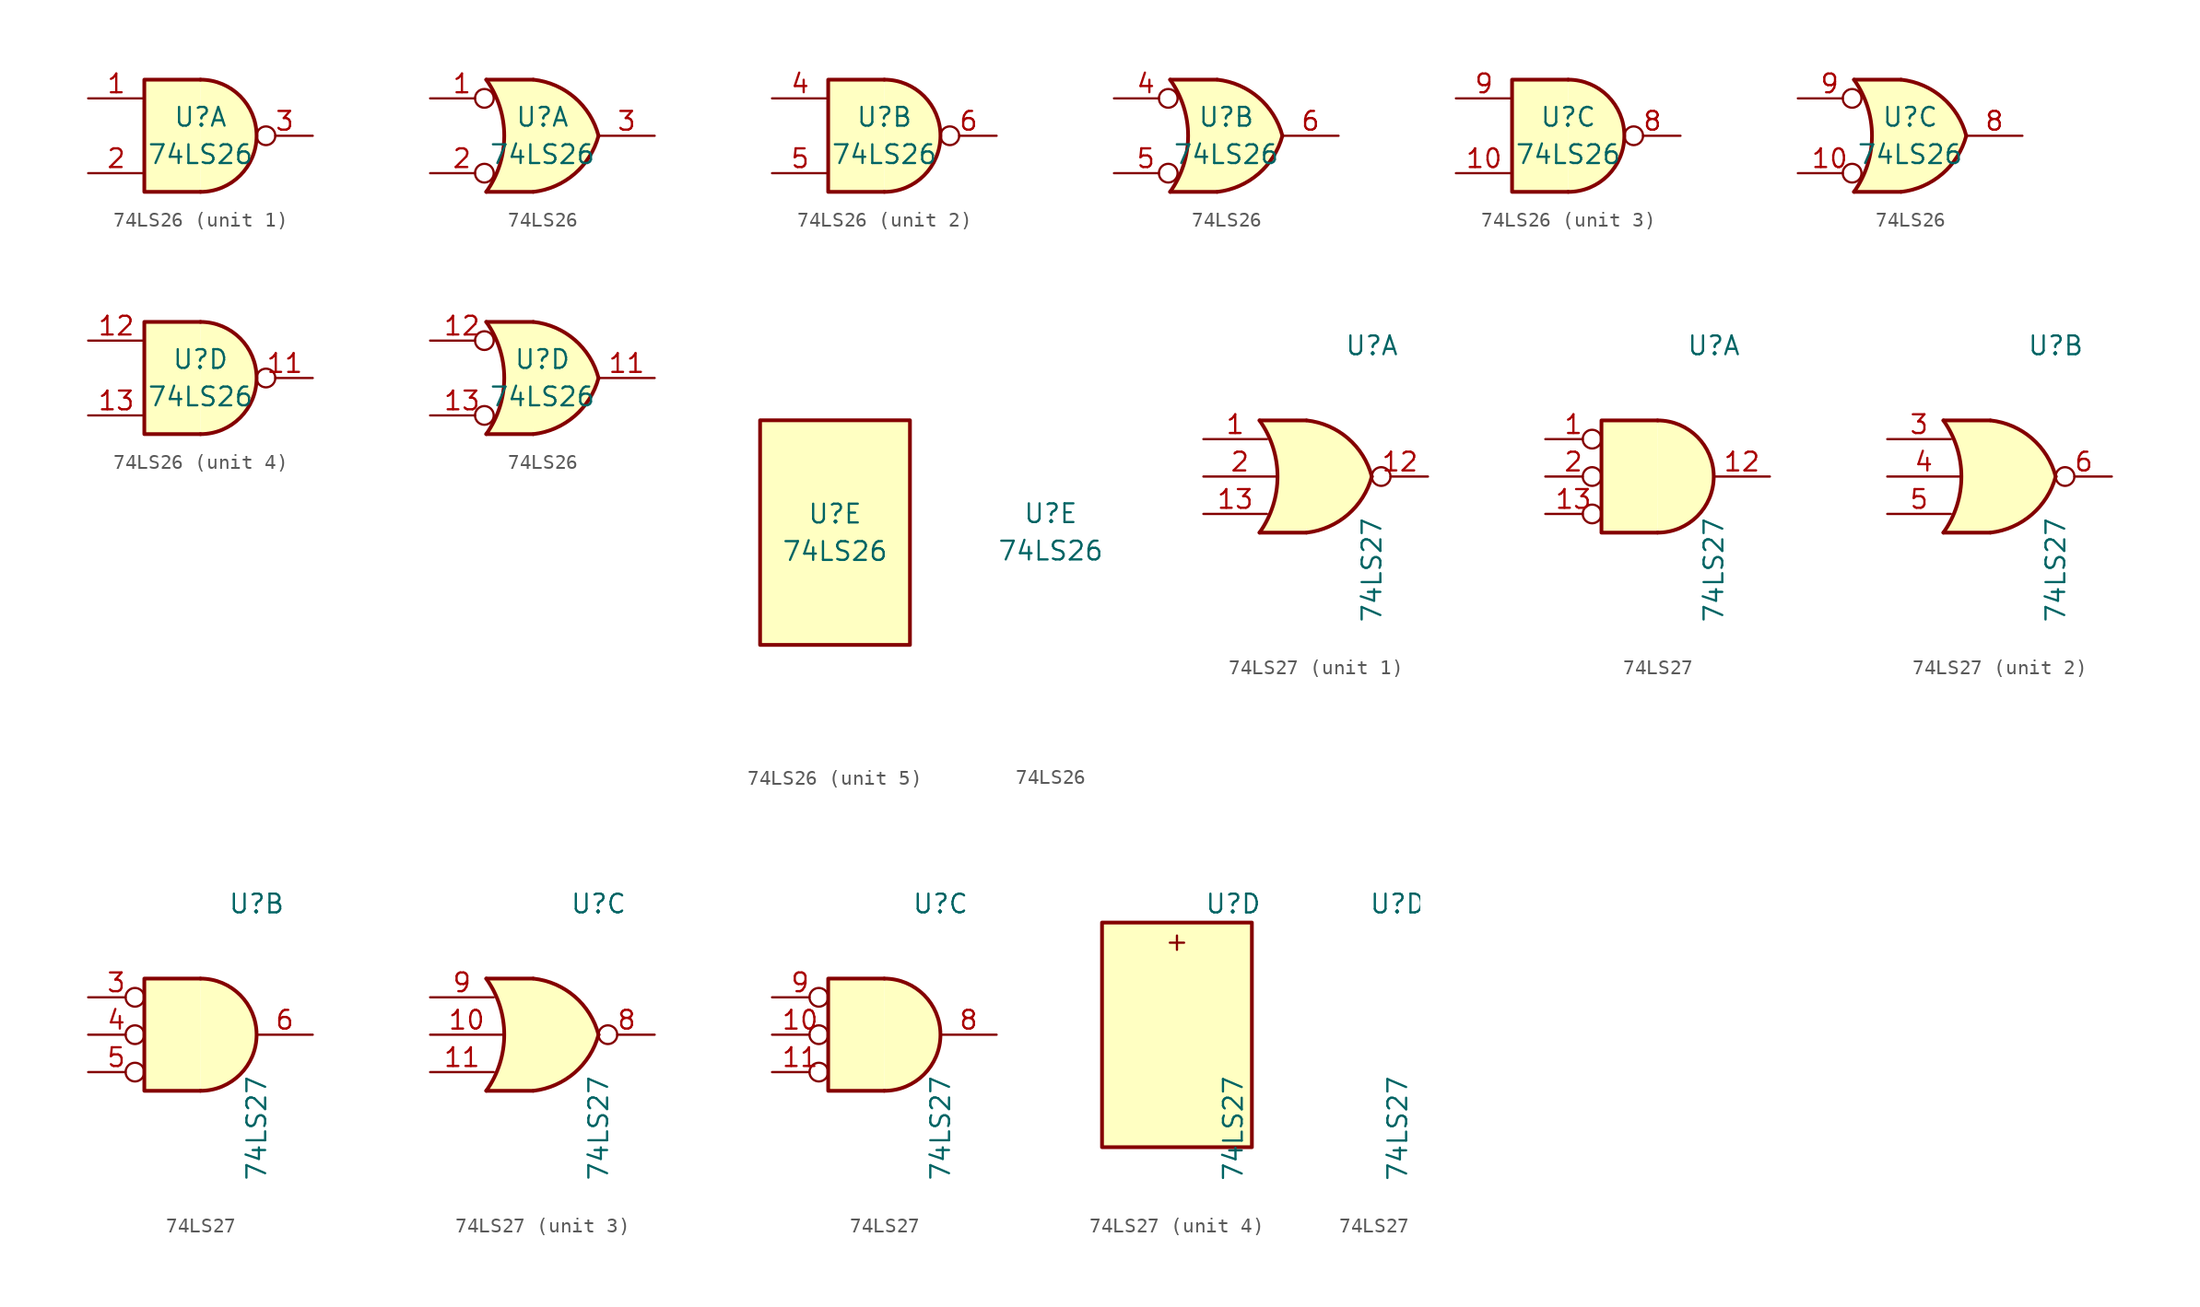
<source format=kicad_sym>
(kicad_symbol_lib
  (version 20231120)
  (generator "kicad_symbol_editor")
  (generator_version "8.0")
  (symbol "74LS26"
    (pin_names
      (offset 1.016))
    (property "Reference" "U"
      (at 0 1.27 0)
      (effects (font (size 1.27 1.27))))
    (property "Value" "74LS26"
      (at 0 -1.27 0)
      (effects (font (size 1.27 1.27))))
    (property "ki_locked" ""
      (at 0 0 0)
      (effects (font (size 1.27 1.27))))
    (symbol "74LS26_1_1"
      (arc (start 0 -3.81) (mid 3.7934 0) (end 0 3.81) (stroke (width 0.254) (type default)) (fill (type background)))
      (polyline (pts (xy 0 3.81) (xy -3.81 3.81) (xy -3.81 -3.81) (xy 0 -3.81)) (stroke (width 0.254) (type default)) (fill (type background)))
      (pin input line (at -7.62 2.54 0) (length 3.81) (name "~" (effects (font (size 1.27 1.27)))) (number "1" (effects (font (size 1.27 1.27)))))
      (pin input line (at -7.62 -2.54 0) (length 3.81) (name "~" (effects (font (size 1.27 1.27)))) (number "2" (effects (font (size 1.27 1.27)))))
      (pin open_collector inverted (at 7.62 0 180) (length 3.81) (name "~" (effects (font (size 1.27 1.27)))) (number "3" (effects (font (size 1.27 1.27))))))
    (symbol "74LS26_1_2"
      (arc (start -3.81 -3.81) (mid -2.589 0) (end -3.81 3.81) (stroke (width 0.254) (type default)) (fill (type none)))
      (arc (start -0.6096 -3.81) (mid 2.1842 -2.5851) (end 3.81 0) (stroke (width 0.254) (type default)) (fill (type background)))
      (polyline (pts (xy -3.81 -3.81) (xy -0.635 -3.81)) (stroke (width 0.254) (type default)) (fill (type background)))
      (polyline (pts (xy -3.81 3.81) (xy -0.635 3.81)) (stroke (width 0.254) (type default)) (fill (type background)))
      (polyline (pts (xy -0.635 3.81) (xy -3.81 3.81) (xy -3.81 3.81) (xy -3.556 3.404) (xy -3.023 2.261) (xy -2.692 1.041) (xy -2.616 -0.254) (xy -2.769 -1.499) (xy -3.175 -2.718) (xy -3.81 -3.81) (xy -3.81 -3.81) (xy -0.635 -3.81)) (stroke (width -25.4) (type default)) (fill (type background)))
      (arc (start 3.81 0) (mid 2.1915 2.5936) (end -0.6096 3.81) (stroke (width 0.254) (type default)) (fill (type background)))
      (pin input inverted (at -7.62 2.54 0) (length 4.318) (name "~" (effects (font (size 1.27 1.27)))) (number "1" (effects (font (size 1.27 1.27)))))
      (pin input inverted (at -7.62 -2.54 0) (length 4.318) (name "~" (effects (font (size 1.27 1.27)))) (number "2" (effects (font (size 1.27 1.27)))))
      (pin open_collector line (at 7.62 0 180) (length 3.81) (name "~" (effects (font (size 1.27 1.27)))) (number "3" (effects (font (size 1.27 1.27))))))
    (symbol "74LS26_2_1"
      (arc (start 0 -3.81) (mid 3.7934 0) (end 0 3.81) (stroke (width 0.254) (type default)) (fill (type background)))
      (polyline (pts (xy 0 3.81) (xy -3.81 3.81) (xy -3.81 -3.81) (xy 0 -3.81)) (stroke (width 0.254) (type default)) (fill (type background)))
      (pin input line (at -7.62 2.54 0) (length 3.81) (name "~" (effects (font (size 1.27 1.27)))) (number "4" (effects (font (size 1.27 1.27)))))
      (pin input line (at -7.62 -2.54 0) (length 3.81) (name "~" (effects (font (size 1.27 1.27)))) (number "5" (effects (font (size 1.27 1.27)))))
      (pin open_collector inverted (at 7.62 0 180) (length 3.81) (name "~" (effects (font (size 1.27 1.27)))) (number "6" (effects (font (size 1.27 1.27))))))
    (symbol "74LS26_2_2"
      (arc (start -3.81 -3.81) (mid -2.589 0) (end -3.81 3.81) (stroke (width 0.254) (type default)) (fill (type none)))
      (arc (start -0.6096 -3.81) (mid 2.1842 -2.5851) (end 3.81 0) (stroke (width 0.254) (type default)) (fill (type background)))
      (polyline (pts (xy -3.81 -3.81) (xy -0.635 -3.81)) (stroke (width 0.254) (type default)) (fill (type background)))
      (polyline (pts (xy -3.81 3.81) (xy -0.635 3.81)) (stroke (width 0.254) (type default)) (fill (type background)))
      (polyline (pts (xy -0.635 3.81) (xy -3.81 3.81) (xy -3.81 3.81) (xy -3.556 3.404) (xy -3.023 2.261) (xy -2.692 1.041) (xy -2.616 -0.254) (xy -2.769 -1.499) (xy -3.175 -2.718) (xy -3.81 -3.81) (xy -3.81 -3.81) (xy -0.635 -3.81)) (stroke (width -25.4) (type default)) (fill (type background)))
      (arc (start 3.81 0) (mid 2.1915 2.5936) (end -0.6096 3.81) (stroke (width 0.254) (type default)) (fill (type background)))
      (pin input inverted (at -7.62 2.54 0) (length 4.318) (name "~" (effects (font (size 1.27 1.27)))) (number "4" (effects (font (size 1.27 1.27)))))
      (pin input inverted (at -7.62 -2.54 0) (length 4.318) (name "~" (effects (font (size 1.27 1.27)))) (number "5" (effects (font (size 1.27 1.27)))))
      (pin open_collector line (at 7.62 0 180) (length 3.81) (name "~" (effects (font (size 1.27 1.27)))) (number "6" (effects (font (size 1.27 1.27))))))
    (symbol "74LS26_3_1"
      (arc (start 0 -3.81) (mid 3.7934 0) (end 0 3.81) (stroke (width 0.254) (type default)) (fill (type background)))
      (polyline (pts (xy 0 3.81) (xy -3.81 3.81) (xy -3.81 -3.81) (xy 0 -3.81)) (stroke (width 0.254) (type default)) (fill (type background)))
      (pin input line (at -7.62 -2.54 0) (length 3.81) (name "~" (effects (font (size 1.27 1.27)))) (number "10" (effects (font (size 1.27 1.27)))))
      (pin open_collector inverted (at 7.62 0 180) (length 3.81) (name "~" (effects (font (size 1.27 1.27)))) (number "8" (effects (font (size 1.27 1.27)))))
      (pin input line (at -7.62 2.54 0) (length 3.81) (name "~" (effects (font (size 1.27 1.27)))) (number "9" (effects (font (size 1.27 1.27))))))
    (symbol "74LS26_3_2"
      (arc (start -3.81 -3.81) (mid -2.589 0) (end -3.81 3.81) (stroke (width 0.254) (type default)) (fill (type none)))
      (arc (start -0.6096 -3.81) (mid 2.1842 -2.5851) (end 3.81 0) (stroke (width 0.254) (type default)) (fill (type background)))
      (polyline (pts (xy -3.81 -3.81) (xy -0.635 -3.81)) (stroke (width 0.254) (type default)) (fill (type background)))
      (polyline (pts (xy -3.81 3.81) (xy -0.635 3.81)) (stroke (width 0.254) (type default)) (fill (type background)))
      (polyline (pts (xy -0.635 3.81) (xy -3.81 3.81) (xy -3.81 3.81) (xy -3.556 3.404) (xy -3.023 2.261) (xy -2.692 1.041) (xy -2.616 -0.254) (xy -2.769 -1.499) (xy -3.175 -2.718) (xy -3.81 -3.81) (xy -3.81 -3.81) (xy -0.635 -3.81)) (stroke (width -25.4) (type default)) (fill (type background)))
      (arc (start 3.81 0) (mid 2.1915 2.5936) (end -0.6096 3.81) (stroke (width 0.254) (type default)) (fill (type background)))
      (pin input inverted (at -7.62 -2.54 0) (length 4.318) (name "~" (effects (font (size 1.27 1.27)))) (number "10" (effects (font (size 1.27 1.27)))))
      (pin open_collector line (at 7.62 0 180) (length 3.81) (name "~" (effects (font (size 1.27 1.27)))) (number "8" (effects (font (size 1.27 1.27)))))
      (pin input inverted (at -7.62 2.54 0) (length 4.318) (name "~" (effects (font (size 1.27 1.27)))) (number "9" (effects (font (size 1.27 1.27))))))
    (symbol "74LS26_4_1"
      (arc (start 0 -3.81) (mid 3.7934 0) (end 0 3.81) (stroke (width 0.254) (type default)) (fill (type background)))
      (polyline (pts (xy 0 3.81) (xy -3.81 3.81) (xy -3.81 -3.81) (xy 0 -3.81)) (stroke (width 0.254) (type default)) (fill (type background)))
      (pin open_collector inverted (at 7.62 0 180) (length 3.81) (name "~" (effects (font (size 1.27 1.27)))) (number "11" (effects (font (size 1.27 1.27)))))
      (pin input line (at -7.62 2.54 0) (length 3.81) (name "~" (effects (font (size 1.27 1.27)))) (number "12" (effects (font (size 1.27 1.27)))))
      (pin input line (at -7.62 -2.54 0) (length 3.81) (name "~" (effects (font (size 1.27 1.27)))) (number "13" (effects (font (size 1.27 1.27))))))
    (symbol "74LS26_4_2"
      (arc (start -3.81 -3.81) (mid -2.589 0) (end -3.81 3.81) (stroke (width 0.254) (type default)) (fill (type none)))
      (arc (start -0.6096 -3.81) (mid 2.1842 -2.5851) (end 3.81 0) (stroke (width 0.254) (type default)) (fill (type background)))
      (polyline (pts (xy -3.81 -3.81) (xy -0.635 -3.81)) (stroke (width 0.254) (type default)) (fill (type background)))
      (polyline (pts (xy -3.81 3.81) (xy -0.635 3.81)) (stroke (width 0.254) (type default)) (fill (type background)))
      (polyline (pts (xy -0.635 3.81) (xy -3.81 3.81) (xy -3.81 3.81) (xy -3.556 3.404) (xy -3.023 2.261) (xy -2.692 1.041) (xy -2.616 -0.254) (xy -2.769 -1.499) (xy -3.175 -2.718) (xy -3.81 -3.81) (xy -3.81 -3.81) (xy -0.635 -3.81)) (stroke (width -25.4) (type default)) (fill (type background)))
      (arc (start 3.81 0) (mid 2.1915 2.5936) (end -0.6096 3.81) (stroke (width 0.254) (type default)) (fill (type background)))
      (pin open_collector line (at 7.62 0 180) (length 3.81) (name "~" (effects (font (size 1.27 1.27)))) (number "11" (effects (font (size 1.27 1.27)))))
      (pin input inverted (at -7.62 2.54 0) (length 4.318) (name "~" (effects (font (size 1.27 1.27)))) (number "12" (effects (font (size 1.27 1.27)))))
      (pin input inverted (at -7.62 -2.54 0) (length 4.318) (name "~" (effects (font (size 1.27 1.27)))) (number "13" (effects (font (size 1.27 1.27))))))
    (symbol "74LS26_5_0"
      (pin input line (at 0 12.7 270) (length 5.08) hide (name "VCC" (effects (font (size 1.27 1.27)))) (number "14" (effects (font (size 1.27 1.27)))))
      (pin input line (at 0 -12.7 90) (length 5.08) hide (name "GND" (effects (font (size 1.27 1.27)))) (number "7" (effects (font (size 1.27 1.27))))))
    (symbol "74LS26_5_1"
      (rectangle (start -5.08 7.62) (end 5.08 -7.62) (stroke (width 0.254) (type default)) (fill (type background)))))
  (symbol "74LS27"
    (pin_names
      (offset 1.016))
    (property "Reference" "U"
      (at 3.81 8.89 0)
      (effects (font (size 1.27 1.27))))
    (property "Value" "74LS27"
      (at 3.81 -6.35 90)
      (effects (font (size 1.27 1.27))))
    (property "ki_locked" ""
      (at 0 0 0)
      (effects (font (size 1.27 1.27))))
    (symbol "74LS27_1_1"
      (arc (start -3.81 -3.81) (mid -2.589 0) (end -3.81 3.81) (stroke (width 0.254) (type default)) (fill (type none)))
      (arc (start -0.6096 -3.81) (mid 2.1842 -2.5851) (end 3.81 0) (stroke (width 0.254) (type default)) (fill (type background)))
      (polyline (pts (xy -3.81 -3.81) (xy -0.635 -3.81)) (stroke (width 0.254) (type default)) (fill (type background)))
      (polyline (pts (xy -3.81 3.81) (xy -0.635 3.81)) (stroke (width 0.254) (type default)) (fill (type background)))
      (polyline (pts (xy -0.635 3.81) (xy -3.81 3.81) (xy -3.81 3.81) (xy -3.556 3.404) (xy -3.023 2.261) (xy -2.692 1.041) (xy -2.616 -0.254) (xy -2.769 -1.499) (xy -3.175 -2.718) (xy -3.81 -3.81) (xy -3.81 -3.81) (xy -0.635 -3.81)) (stroke (width -25.4) (type default)) (fill (type background)))
      (arc (start 3.81 0) (mid 2.1915 2.5936) (end -0.6096 3.81) (stroke (width 0.254) (type default)) (fill (type background)))
      (pin input line (at -7.62 2.54 0) (length 4.318) (name "~" (effects (font (size 1.27 1.27)))) (number "1" (effects (font (size 1.27 1.27)))))
      (pin output inverted (at 7.62 0 180) (length 3.81) (name "~" (effects (font (size 1.27 1.27)))) (number "12" (effects (font (size 1.27 1.27)))))
      (pin input line (at -7.62 -2.54 0) (length 4.318) (name "~" (effects (font (size 1.27 1.27)))) (number "13" (effects (font (size 1.27 1.27)))))
      (pin input line (at -7.62 0 0) (length 4.953) (name "~" (effects (font (size 1.27 1.27)))) (number "2" (effects (font (size 1.27 1.27))))))
    (symbol "74LS27_1_2"
      (arc (start 0 -3.81) (mid 3.7934 0) (end 0 3.81) (stroke (width 0.254) (type default)) (fill (type background)))
      (polyline (pts (xy 0 3.81) (xy -3.81 3.81) (xy -3.81 -3.81) (xy 0 -3.81)) (stroke (width 0.254) (type default)) (fill (type background)))
      (pin input inverted (at -7.62 2.54 0) (length 3.81) (name "~" (effects (font (size 1.27 1.27)))) (number "1" (effects (font (size 1.27 1.27)))))
      (pin output line (at 7.62 0 180) (length 3.81) (name "~" (effects (font (size 1.27 1.27)))) (number "12" (effects (font (size 1.27 1.27)))))
      (pin input inverted (at -7.62 -2.54 0) (length 3.81) (name "~" (effects (font (size 1.27 1.27)))) (number "13" (effects (font (size 1.27 1.27)))))
      (pin input inverted (at -7.62 0 0) (length 3.81) (name "~" (effects (font (size 1.27 1.27)))) (number "2" (effects (font (size 1.27 1.27))))))
    (symbol "74LS27_2_1"
      (arc (start -3.81 -3.81) (mid -2.589 0) (end -3.81 3.81) (stroke (width 0.254) (type default)) (fill (type none)))
      (arc (start -0.6096 -3.81) (mid 2.1842 -2.5851) (end 3.81 0) (stroke (width 0.254) (type default)) (fill (type background)))
      (polyline (pts (xy -3.81 -3.81) (xy -0.635 -3.81)) (stroke (width 0.254) (type default)) (fill (type background)))
      (polyline (pts (xy -3.81 3.81) (xy -0.635 3.81)) (stroke (width 0.254) (type default)) (fill (type background)))
      (polyline (pts (xy -0.635 3.81) (xy -3.81 3.81) (xy -3.81 3.81) (xy -3.556 3.404) (xy -3.023 2.261) (xy -2.692 1.041) (xy -2.616 -0.254) (xy -2.769 -1.499) (xy -3.175 -2.718) (xy -3.81 -3.81) (xy -3.81 -3.81) (xy -0.635 -3.81)) (stroke (width -25.4) (type default)) (fill (type background)))
      (arc (start 3.81 0) (mid 2.1915 2.5936) (end -0.6096 3.81) (stroke (width 0.254) (type default)) (fill (type background)))
      (pin input line (at -7.62 2.54 0) (length 4.318) (name "~" (effects (font (size 1.27 1.27)))) (number "3" (effects (font (size 1.27 1.27)))))
      (pin input line (at -7.62 0 0) (length 4.953) (name "~" (effects (font (size 1.27 1.27)))) (number "4" (effects (font (size 1.27 1.27)))))
      (pin input line (at -7.62 -2.54 0) (length 4.318) (name "~" (effects (font (size 1.27 1.27)))) (number "5" (effects (font (size 1.27 1.27)))))
      (pin output inverted (at 7.62 0 180) (length 3.81) (name "~" (effects (font (size 1.27 1.27)))) (number "6" (effects (font (size 1.27 1.27))))))
    (symbol "74LS27_2_2"
      (arc (start 0 -3.81) (mid 3.7934 0) (end 0 3.81) (stroke (width 0.254) (type default)) (fill (type background)))
      (polyline (pts (xy 0 3.81) (xy -3.81 3.81) (xy -3.81 -3.81) (xy 0 -3.81)) (stroke (width 0.254) (type default)) (fill (type background)))
      (pin input inverted (at -7.62 2.54 0) (length 3.81) (name "~" (effects (font (size 1.27 1.27)))) (number "3" (effects (font (size 1.27 1.27)))))
      (pin input inverted (at -7.62 0 0) (length 3.81) (name "~" (effects (font (size 1.27 1.27)))) (number "4" (effects (font (size 1.27 1.27)))))
      (pin input inverted (at -7.62 -2.54 0) (length 3.81) (name "~" (effects (font (size 1.27 1.27)))) (number "5" (effects (font (size 1.27 1.27)))))
      (pin output line (at 7.62 0 180) (length 3.81) (name "~" (effects (font (size 1.27 1.27)))) (number "6" (effects (font (size 1.27 1.27))))))
    (symbol "74LS27_3_1"
      (arc (start -3.81 -3.81) (mid -2.589 0) (end -3.81 3.81) (stroke (width 0.254) (type default)) (fill (type none)))
      (arc (start -0.6096 -3.81) (mid 2.1842 -2.5851) (end 3.81 0) (stroke (width 0.254) (type default)) (fill (type background)))
      (polyline (pts (xy -3.81 -3.81) (xy -0.635 -3.81)) (stroke (width 0.254) (type default)) (fill (type background)))
      (polyline (pts (xy -3.81 3.81) (xy -0.635 3.81)) (stroke (width 0.254) (type default)) (fill (type background)))
      (polyline (pts (xy -0.635 3.81) (xy -3.81 3.81) (xy -3.81 3.81) (xy -3.556 3.404) (xy -3.023 2.261) (xy -2.692 1.041) (xy -2.616 -0.254) (xy -2.769 -1.499) (xy -3.175 -2.718) (xy -3.81 -3.81) (xy -3.81 -3.81) (xy -0.635 -3.81)) (stroke (width -25.4) (type default)) (fill (type background)))
      (arc (start 3.81 0) (mid 2.1915 2.5936) (end -0.6096 3.81) (stroke (width 0.254) (type default)) (fill (type background)))
      (pin input line (at -7.62 0 0) (length 4.953) (name "~" (effects (font (size 1.27 1.27)))) (number "10" (effects (font (size 1.27 1.27)))))
      (pin input line (at -7.62 -2.54 0) (length 4.318) (name "~" (effects (font (size 1.27 1.27)))) (number "11" (effects (font (size 1.27 1.27)))))
      (pin output inverted (at 7.62 0 180) (length 3.81) (name "~" (effects (font (size 1.27 1.27)))) (number "8" (effects (font (size 1.27 1.27)))))
      (pin input line (at -7.62 2.54 0) (length 4.318) (name "~" (effects (font (size 1.27 1.27)))) (number "9" (effects (font (size 1.27 1.27))))))
    (symbol "74LS27_3_2"
      (arc (start 0 -3.81) (mid 3.7934 0) (end 0 3.81) (stroke (width 0.254) (type default)) (fill (type background)))
      (polyline (pts (xy 0 3.81) (xy -3.81 3.81) (xy -3.81 -3.81) (xy 0 -3.81)) (stroke (width 0.254) (type default)) (fill (type background)))
      (pin input inverted (at -7.62 0 0) (length 3.81) (name "~" (effects (font (size 1.27 1.27)))) (number "10" (effects (font (size 1.27 1.27)))))
      (pin input inverted (at -7.62 -2.54 0) (length 3.81) (name "~" (effects (font (size 1.27 1.27)))) (number "11" (effects (font (size 1.27 1.27)))))
      (pin output line (at 7.62 0 180) (length 3.81) (name "~" (effects (font (size 1.27 1.27)))) (number "8" (effects (font (size 1.27 1.27)))))
      (pin input inverted (at -7.62 2.54 0) (length 3.81) (name "~" (effects (font (size 1.27 1.27)))) (number "9" (effects (font (size 1.27 1.27))))))
    (symbol "74LS27_4_0"
      (pin power_in line (at 0 7.62 270) (length 5.08) hide (name "VCC" (effects (font (size 1.27 1.27)))) (number "14" (effects (font (size 1.27 1.27)))))
      (pin power_in line (at 0 -7.62 90) (length 5.08) hide (name "GND" (effects (font (size 1.27 1.27)))) (number "7" (effects (font (size 1.27 1.27))))))
    (symbol "74LS27_4_1"
      (rectangle (start -5.08 7.62) (end 5.08 -7.62) (stroke (width 0.254) (type default)) (fill (type background)))
      (text "+" (at 0 6.35 0) (effects (font (size 1.27 1.27)))))))
</source>
